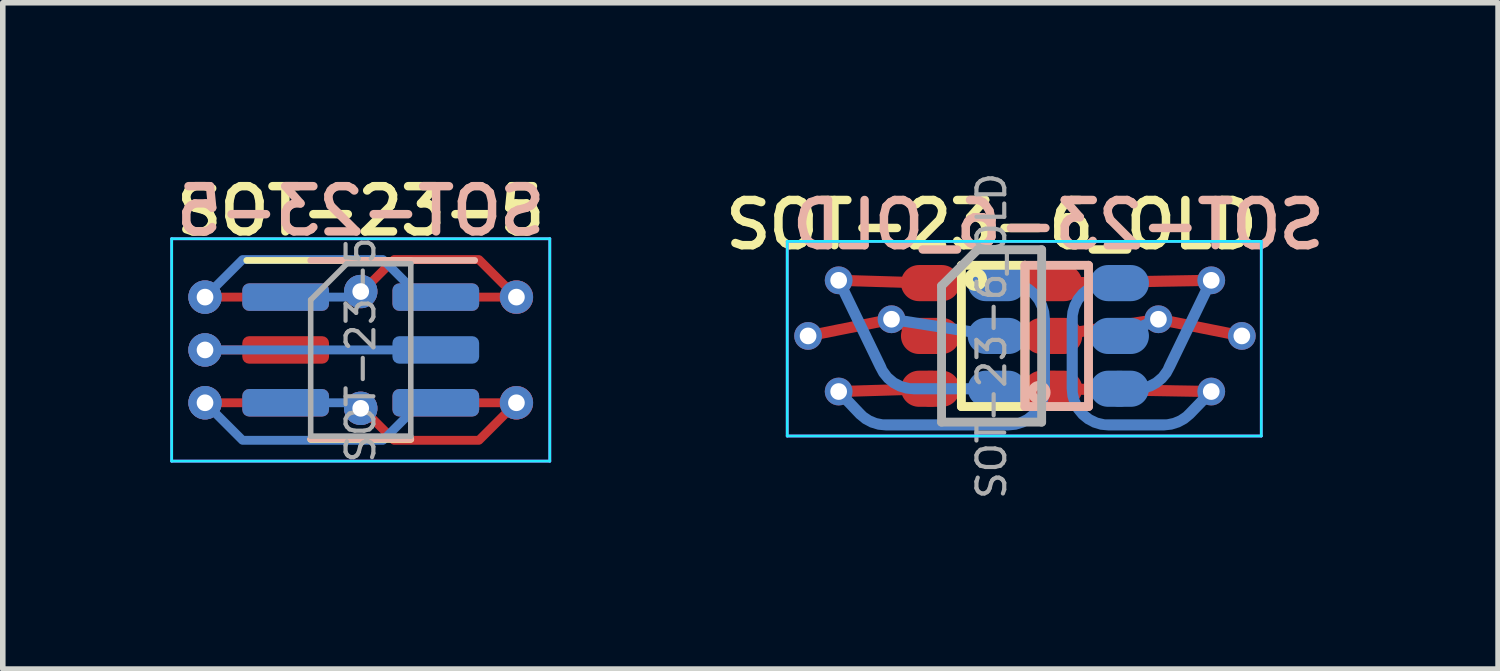
<source format=kicad_pcb>
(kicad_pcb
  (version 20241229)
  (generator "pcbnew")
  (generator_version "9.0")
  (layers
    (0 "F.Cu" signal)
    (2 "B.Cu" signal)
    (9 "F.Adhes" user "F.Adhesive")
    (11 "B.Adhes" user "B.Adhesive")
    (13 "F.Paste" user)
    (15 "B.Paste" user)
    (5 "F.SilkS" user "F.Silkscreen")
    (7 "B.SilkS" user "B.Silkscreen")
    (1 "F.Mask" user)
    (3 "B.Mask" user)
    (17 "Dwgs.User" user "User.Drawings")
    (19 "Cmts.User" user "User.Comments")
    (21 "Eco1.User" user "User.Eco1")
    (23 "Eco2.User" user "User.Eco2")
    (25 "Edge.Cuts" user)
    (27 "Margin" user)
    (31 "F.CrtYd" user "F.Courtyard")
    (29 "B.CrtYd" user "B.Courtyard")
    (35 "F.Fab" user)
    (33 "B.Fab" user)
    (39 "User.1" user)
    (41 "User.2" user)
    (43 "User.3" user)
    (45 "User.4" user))
  (footprint "SOT-23-6_OLD"
    (layer "F.Cu")
    (at 15.382 2.991)
    (property "Reference" "SOT-23-6_OLD" (at -0.6 -2 0) (layer "F.SilkS") (effects (font (size 0.813 0.813) (thickness 0.152))))
    (attr smd)
    (fp_line (start -1.143 -1.27) (end 0 -1.27) (stroke (width 0.16) (type solid)) (layer "F.SilkS"))
    (fp_line (start -1.143 1.27) (end -1.143 -1.27) (stroke (width 0.16) (type solid)) (layer "F.SilkS"))
    (fp_line (start 0 -1.27) (end 0 1.27) (stroke (width 0.16) (type solid)) (layer "F.SilkS"))
    (fp_line (start 0 1.27) (end -1.143 1.27) (stroke (width 0.16) (type solid)) (layer "F.SilkS"))
    (fp_circle (center -0.889 -1.016) (end -0.889 -0.889) (stroke (width 0.16) (type solid)) (fill no) (layer "F.SilkS"))
    (fp_line (start 0 -1.27) (end 1.143 -1.27) (stroke (width 0.16) (type solid)) (layer "B.SilkS"))
    (fp_line (start 0 1.27) (end 0 -1.27) (stroke (width 0.16) (type solid)) (layer "B.SilkS"))
    (fp_line (start 1.143 -1.27) (end 1.143 1.27) (stroke (width 0.16) (type solid)) (layer "B.SilkS"))
    (fp_line (start 1.143 1.27) (end 0 1.27) (stroke (width 0.16) (type solid)) (layer "B.SilkS"))
    (fp_circle (center 0.254 1.016) (end 0.254 1.143) (stroke (width 0.16) (type solid)) (fill no) (layer "B.SilkS"))
    (fp_line (start -4.275 -1.7) (end -4.275 1.8) (stroke (width 0.05) (type solid)) (layer "B.CrtYd"))
    (fp_line (start -4.275 1.8) (end 4.25 1.8) (stroke (width 0.05) (type solid)) (layer "B.CrtYd"))
    (fp_line (start 4.25 -1.7) (end -4.275 -1.7) (stroke (width 0.05) (type solid)) (layer "B.CrtYd"))
    (fp_line (start 4.25 -1.7) (end 4.25 1.8) (stroke (width 0.05) (type solid)) (layer "B.CrtYd"))
    (fp_line (start -4.275 -1.7) (end -4.275 1.8) (stroke (width 0.05) (type solid)) (layer "F.CrtYd"))
    (fp_line (start -4.275 1.8) (end 4.25 1.8) (stroke (width 0.05) (type solid)) (layer "F.CrtYd"))
    (fp_line (start 4.25 -1.7) (end -4.275 -1.7) (stroke (width 0.05) (type solid)) (layer "F.CrtYd"))
    (fp_line (start 4.25 -1.7) (end 4.25 1.8) (stroke (width 0.05) (type solid)) (layer "F.CrtYd"))
    (fp_line (start -1.5 -0.9) (end -1.5 1.55) (stroke (width 0.16) (type solid)) (layer "F.Fab"))
    (fp_line (start -1.5 -0.9) (end -0.85 -1.55) (stroke (width 0.16) (type solid)) (layer "F.Fab"))
    (fp_line (start 0.3 -1.55) (end -0.85 -1.55) (stroke (width 0.16) (type solid)) (layer "F.Fab"))
    (fp_line (start 0.3 -1.55) (end 0.3 1.55) (stroke (width 0.16) (type solid)) (layer "F.Fab"))
    (fp_line (start 0.3 1.55) (end -1.5 1.55) (stroke (width 0.16) (type solid)) (layer "F.Fab"))
    (fp_text user "${REFERENCE}" (at 0.6 -2 0) (layer "B.SilkS") (effects (font (size 0.813 0.813) (thickness 0.152)) (justify mirror)))
    (fp_text user "${REFERENCE}" (at -0.6 0 90) (layer "F.Fab") (effects (font (size 0.5 0.5) (thickness 0.075))))
    (pad "1" thru_hole circle (at -3.35 -1) (size 0.5 0.5) (drill 0.3) (layers "*.Cu"))
    (pad "1" smd custom (at -1.7 -0.95) (size 0.65 0.65) (layers "F.Cu") (options (anchor circle)) (primitives (gr_line (start -1.65 -0.05) (end 0 0) (width 0.2))))
    (pad "1" smd oval (at -1.7 -0.95) (size 1.06 0.65) (layers "F.Cu" "F.Mask" "F.Paste"))
    (pad "1" smd custom (at -0.5 0.95) (size 0.65 0.65) (layers "B.Cu") (options (anchor circle)) (primitives (gr_line (start -2.1 -0.4) (end -2.85 -1.95) (width 0.2)) (gr_line (start 0 0) (end -1.5 0) (width 0.2)) (gr_arc (start -1.5 0) (mid -1.860555 -0.109167) (end -2.1 -0.4) (width 0.2))))
    (pad "1" smd oval (at -0.5 0.95) (size 1.06 0.65) (layers "B.Cu" "B.Mask" "B.Paste"))
    (pad "2" thru_hole circle (at -3.9 0) (size 0.5 0.5) (drill 0.3) (layers "*.Cu"))
    (pad "2" thru_hole circle (at -2.4 -0.3) (size 0.5 0.5) (drill 0.3) (layers "*.Cu"))
    (pad "2" smd custom (at -1.7 0) (size 0.65 0.65) (layers "F.Cu") (options (anchor circle)) (primitives (gr_line (start -2.2 0) (end -0.7 -0.3) (width 0.2)) (gr_line (start 0 0) (end -0.7 -0.3) (width 0.2))))
    (pad "2" smd oval (at -1.7 0) (size 1.06 0.65) (layers "F.Cu" "F.Mask" "F.Paste"))
    (pad "2" smd custom (at -0.5 0) (size 0.65 0.65) (layers "B.Cu") (options (anchor circle)) (primitives (gr_line (start -1.9 -0.3) (end 0 0) (width 0.2))))
    (pad "2" smd oval (at -0.5 0) (size 1.06 0.65) (layers "B.Cu" "B.Mask" "B.Paste"))
    (pad "3" thru_hole circle (at -3.35 1) (size 0.5 0.5) (drill 0.3) (layers "*.Cu"))
    (pad "3" smd custom (at -1.7 0.95) (size 0.65 0.65) (layers "F.Cu") (options (anchor circle)) (primitives (gr_line (start -1.65 0.05) (end 0 0) (width 0.2))))
    (pad "3" smd oval (at -1.7 0.95) (size 1.06 0.65) (layers "F.Cu" "F.Mask" "F.Paste"))
    (pad "3" smd custom (at -0.5 -0.95) (size 0.65 0.65) (layers "B.Cu") (options (anchor circle)) (primitives (gr_line (start 0.85 1.9) (end 0.85 0.65) (width 0.2)) (gr_line (start -2 2.55) (end 0.2 2.55) (width 0.2)) (gr_line (start -2.46 2.36) (end -2.85 1.95) (width 0.2)) (gr_arc (start -2 2.55) (mid -2.248744 2.500522) (end -2.459619 2.359619) (width 0.2)) (gr_arc (start 0.2 0) (mid 0.659619 0.190381) (end 0.85 0.65) (width 0.2)) (gr_arc (start 0.85 1.9) (mid 0.659619 2.359619) (end 0.2 2.55) (width 0.2))))
    (pad "3" smd oval (at -0.5 -0.95) (size 1.06 0.65) (layers "B.Cu" "B.Mask" "B.Paste"))
    (pad "4" smd custom (at 0.5 0.95) (size 0.65 0.65) (layers "F.Cu") (options (anchor circle)) (primitives (gr_line (start 2.85 0.05) (end 0 0) (width 0.2))))
    (pad "4" smd oval (at 0.5 0.95) (size 1.06 0.65) (layers "F.Cu" "F.Mask" "F.Paste"))
    (pad "4" smd custom (at 1.7 -0.95) (size 0.65 0.65) (layers "B.Cu") (options (anchor circle)) (primitives (gr_line (start -0.85 1.9) (end -0.85 0.65) (width 0.2)) (gr_line (start 0.8 2.55) (end -0.2 2.55) (width 0.2)) (gr_line (start 1.65 1.95) (end 1.257 2.357) (width 0.2)) (gr_arc (start -0.85 0.65) (mid -0.659619 0.190381) (end -0.2 0) (width 0.2)) (gr_arc (start 1.256852 2.356852) (mid 1.04727 2.497998) (end 0.8 2.55) (width 0.2)) (gr_arc (start -0.2 2.55) (mid -0.659619 2.359619) (end -0.85 1.9) (width 0.2))))
    (pad "4" smd oval (at 1.7 -0.95) (size 1.06 0.65) (layers "B.Cu" "B.Mask" "B.Paste"))
    (pad "4" thru_hole circle (at 3.35 1) (size 0.5 0.5) (drill 0.3) (layers "*.Cu"))
    (pad "5" smd custom (at 0.5 0) (size 0.65 0.65) (layers "F.Cu") (options (anchor circle)) (primitives (gr_line (start 0 0) (end 1.9 -0.3) (width 0.2)) (gr_line (start 1.9 -0.3) (end 3.4 0) (width 0.2))))
    (pad "5" smd oval (at 0.5 0) (size 1.06 0.65) (layers "F.Cu" "F.Mask" "F.Paste"))
    (pad "5" smd custom (at 1.7 0) (size 0.65 0.65) (layers "B.Cu") (options (anchor circle)) (primitives (gr_line (start 0 0) (end 0.7 -0.3) (width 0.2))))
    (pad "5" smd oval (at 1.7 0) (size 1.06 0.65) (layers "B.Cu" "B.Mask" "B.Paste"))
    (pad "5" thru_hole circle (at 2.4 -0.3) (size 0.5 0.5) (drill 0.3) (layers "*.Cu"))
    (pad "5" thru_hole circle (at 3.9 0) (size 0.5 0.5) (drill 0.3) (layers "*.Cu"))
    (pad "6" smd custom (at 0.5 -0.95) (size 0.65 0.65) (layers "F.Cu") (options (anchor circle)) (primitives (gr_line (start 2.85 -0.05) (end 0 0) (width 0.2))))
    (pad "6" smd oval (at 0.5 -0.95) (size 1.06 0.65) (layers "F.Cu" "F.Mask" "F.Paste"))
    (pad "6" smd custom (at 1.7 0.95) (size 0.65 0.65) (layers "B.Cu") (options (anchor circle)) (primitives (gr_line (start 0.9 -0.4) (end 1.65 -1.95) (width 0.2)) (gr_arc (start 0.9 -0.4) (mid 0.660555 -0.109167) (end 0.3 0) (width 0.2))))
    (pad "6" smd oval (at 1.7 0.95) (size 1.06 0.65) (layers "B.Cu" "B.Mask" "B.Paste"))
    (pad "6" thru_hole circle (at 3.35 -1) (size 0.5 0.5) (drill 0.3) (layers "*.Cu")))
  (footprint "SOT-23-5"
    (layer "F.Cu")
    (at 3.437 3.243)
    (property "Reference" "SOT-23-5" (at 0 -2.5 0) (layer "F.SilkS") (effects (font (size 0.813 0.813) (thickness 0.152))))
    (attr smd)
    (fp_line (start -0.9 1.61) (end 0.9 1.61) (stroke (width 0.12) (type solid)) (layer "F.SilkS"))
    (fp_line (start 0.9 -1.61) (end -2.05 -1.61) (stroke (width 0.12) (type solid)) (layer "F.SilkS"))
    (fp_line (start -0.9 -1.61) (end 2.05 -1.61) (stroke (width 0.12) (type solid)) (layer "B.SilkS"))
    (fp_line (start -0.9 1.6) (end 0.9 1.6) (stroke (width 0.12) (type solid)) (layer "B.SilkS"))
    (fp_line (start -3.4 -2) (end 3.4 -2) (stroke (width 0.05) (type solid)) (layer "B.CrtYd"))
    (fp_line (start -3.4 2) (end -3.4 -2) (stroke (width 0.05) (type solid)) (layer "B.CrtYd"))
    (fp_line (start 3.4 -2) (end 3.4 2) (stroke (width 0.05) (type solid)) (layer "B.CrtYd"))
    (fp_line (start 3.4 2) (end -3.4 2) (stroke (width 0.05) (type solid)) (layer "B.CrtYd"))
    (fp_line (start -3.4 -2) (end 3.4 -2) (stroke (width 0.05) (type solid)) (layer "F.CrtYd"))
    (fp_line (start -3.4 2) (end -3.4 -2) (stroke (width 0.05) (type solid)) (layer "F.CrtYd"))
    (fp_line (start 3.4 -2) (end 3.4 2) (stroke (width 0.05) (type solid)) (layer "F.CrtYd"))
    (fp_line (start 3.4 2) (end -3.4 2) (stroke (width 0.05) (type solid)) (layer "F.CrtYd"))
    (fp_line (start -0.9 -0.9) (end -0.9 1.55) (stroke (width 0.1) (type solid)) (layer "F.Fab"))
    (fp_line (start -0.9 -0.9) (end -0.25 -1.55) (stroke (width 0.1) (type solid)) (layer "F.Fab"))
    (fp_line (start 0.9 -1.55) (end -0.25 -1.55) (stroke (width 0.1) (type solid)) (layer "F.Fab"))
    (fp_line (start 0.9 -1.55) (end 0.9 1.55) (stroke (width 0.1) (type solid)) (layer "F.Fab"))
    (fp_line (start 0.9 1.55) (end -0.9 1.55) (stroke (width 0.1) (type solid)) (layer "F.Fab"))
    (fp_text user "${REFERENCE}" (at 0 -2.5 0) (layer "B.SilkS") (effects (font (size 0.813 0.813) (thickness 0.152)) (justify mirror)))
    (fp_text user "${REFERENCE}" (at 0 0 90) (layer "F.Fab") (effects (font (size 0.5 0.5) (thickness 0.075))))
    (pad "1" thru_hole circle (at -2.8 -0.95) (size 0.6 0.6) (drill 0.3) (layers "*.Cu"))
    (pad "1" smd custom (at -2.8 -0.95) (size 0.6 0.6) (layers "F.Cu") (options (anchor circle)) (primitives (gr_line (start 0 0) (end 1.2 0) (width 0.16)) (gr_line (start 0.9 0) (end 2 0) (width 0.4))))
    (pad "1" smd custom (at -2.8 -0.95) (size 0.6 0.6) (layers "B.Cu") (options (anchor circle)) (primitives (gr_line (start 0 0) (end 0.675 -0.675) (width 0.16)) (gr_line (start 0.675 -0.675) (end 3.2 -0.675) (width 0.16)) (gr_line (start 3.2 -0.675) (end 3.875 0) (width 0.16)) (gr_line (start 3.6 0) (end 4.7 0) (width 0.4))))
    (pad "1" smd roundrect (at -1.35 -0.95) (size 1.56 0.495) (layers "F.Cu" "F.Mask" "F.Paste") (roundrect_rratio 0.25))
    (pad "1" smd roundrect (at 1.35 -0.95) (size 1.56 0.495) (layers "B.Cu" "B.Mask" "B.Paste") (roundrect_rratio 0.25))
    (pad "2" thru_hole circle (at -2.8 0) (size 0.6 0.6) (drill 0.3) (layers "*.Cu"))
    (pad "2" smd custom (at -2.8 0) (size 0.6 0.6) (layers "F.Cu") (options (anchor circle)) (primitives (gr_line (start 0 0) (end 1.2 0) (width 0.16)) (gr_line (start 0.9 0) (end 2 0) (width 0.4))))
    (pad "2" smd custom (at -2.8 0) (size 0.6 0.6) (layers "B.Cu") (options (anchor circle)) (primitives (gr_line (start 0 0) (end 0.475 0) (width 0.16)) (gr_line (start 0.475 0) (end 3.2 0) (width 0.16)) (gr_line (start 3.2 0) (end 3.7 0) (width 0.16)) (gr_line (start 3.6 0) (end 4.7 0) (width 0.4))))
    (pad "2" smd roundrect (at -1.35 0) (size 1.56 0.495) (layers "F.Cu" "F.Mask" "F.Paste") (roundrect_rratio 0.25))
    (pad "2" smd roundrect (at 1.35 0) (size 1.56 0.495) (layers "B.Cu" "B.Mask" "B.Paste") (roundrect_rratio 0.25))
    (pad "3" thru_hole circle (at -2.8 0.95) (size 0.6 0.6) (drill 0.3) (layers "*.Cu"))
    (pad "3" smd custom (at -2.8 0.95) (size 0.6 0.6) (layers "F.Cu") (options (anchor circle)) (primitives (gr_line (start 0 0) (end 1.2 0) (width 0.16)) (gr_line (start 0.9 0) (end 2 0) (width 0.4))))
    (pad "3" smd custom (at -2.8 0.95) (size 0.6 0.6) (layers "B.Cu") (options (anchor circle)) (primitives (gr_line (start 0 0) (end 0.675 0.675) (width 0.16)) (gr_line (start 0.675 0.675) (end 3.2 0.675) (width 0.16)) (gr_line (start 3.2 0.675) (end 3.875 0) (width 0.16)) (gr_line (start 3.6 0) (end 4.7 0) (width 0.4))))
    (pad "3" smd roundrect (at -1.35 0.95) (size 1.56 0.495) (layers "F.Cu" "F.Mask" "F.Paste") (roundrect_rratio 0.25))
    (pad "3" smd roundrect (at 1.35 0.95) (size 1.56 0.495) (layers "B.Cu" "B.Mask" "B.Paste") (roundrect_rratio 0.25))
    (pad "4" smd roundrect (at -1.35 0.95) (size 1.56 0.495) (layers "B.Cu" "B.Mask" "B.Paste") (roundrect_rratio 0.25))
    (pad "4" thru_hole circle (at 0 1.05) (size 0.6 0.6) (drill 0.3) (layers "*.Cu"))
    (pad "4" smd custom (at 0 1.05) (size 0.6 0.6) (layers "B.Cu") (options (anchor circle)) (primitives (gr_line (start -1.2 -0.1) (end 0 -0.1) (width 0.16)) (gr_line (start -1.9 -0.1) (end -0.8 -0.1) (width 0.4))))
    (pad "4" smd roundrect (at 1.35 0.95) (size 1.56 0.495) (layers "F.Cu" "F.Mask" "F.Paste") (roundrect_rratio 0.25))
    (pad "4" thru_hole circle (at 2.8 0.95) (size 0.6 0.6) (drill 0.3) (layers "*.Cu"))
    (pad "4" smd custom (at 2.8 0.95) (size 0.6 0.6) (layers "F.Cu") (options (anchor circle)) (primitives (gr_line (start 0 0) (end -1.2 0) (width 0.16)) (gr_line (start -2 0) (end -0.9 0) (width 0.4))))
    (pad "4" smd custom (at 2.8 0.95) (size 0.6 0.6) (layers "F.Cu") (options (anchor circle)) (primitives (gr_line (start 0 0) (end -0.675 0.675) (width 0.16)) (gr_line (start -0.675 0.675) (end -2.2 0.675) (width 0.16)) (gr_line (start -2.2 0.675) (end -2.875 0) (width 0.16)) (gr_circle (center -2.8 0.1) (end -2.65 0.1) (width 0.3) (fill no))))
    (pad "5" smd roundrect (at -1.35 -0.95) (size 1.56 0.495) (layers "B.Cu" "B.Mask" "B.Paste") (roundrect_rratio 0.25))
    (pad "5" thru_hole circle (at 0 -1.05) (size 0.6 0.6) (drill 0.3) (layers "*.Cu"))
    (pad "5" smd custom (at 0 -1.05) (size 0.6 0.6) (layers "B.Cu") (options (anchor circle)) (primitives (gr_line (start -1.2 0.1) (end 0 0.1) (width 0.16)) (gr_line (start -1.9 0.1) (end -0.8 0.1) (width 0.4))))
    (pad "5" smd roundrect (at 1.35 -0.95) (size 1.56 0.495) (layers "F.Cu" "F.Mask" "F.Paste") (roundrect_rratio 0.25))
    (pad "5" thru_hole circle (at 2.8 -0.95) (size 0.6 0.6) (drill 0.3) (layers "*.Cu"))
    (pad "5" smd custom (at 2.8 -0.95) (size 0.6 0.6) (layers "F.Cu") (options (anchor circle)) (primitives (gr_line (start 0 0) (end -1.2 0) (width 0.16)) (gr_line (start -2 0) (end -0.9 0) (width 0.4))))
    (pad "5" smd custom (at 2.8 -0.95) (size 0.6 0.6) (layers "F.Cu") (options (anchor circle)) (primitives (gr_line (start 0 0) (end -0.675 -0.675) (width 0.16)) (gr_line (start -0.675 -0.675) (end -2.2 -0.675) (width 0.16)) (gr_line (start -2.2 -0.675) (end -2.875 0) (width 0.16)) (gr_circle (center -2.8 -0.1) (end -2.65 -0.1) (width 0.3) (fill no)))))
  (gr_rect
    (start -3 -3)
    (end 23.89 8.982)
    (stroke (width 0.1) (type default))
    (fill no)
    (layer "Edge.Cuts")))
</source>
